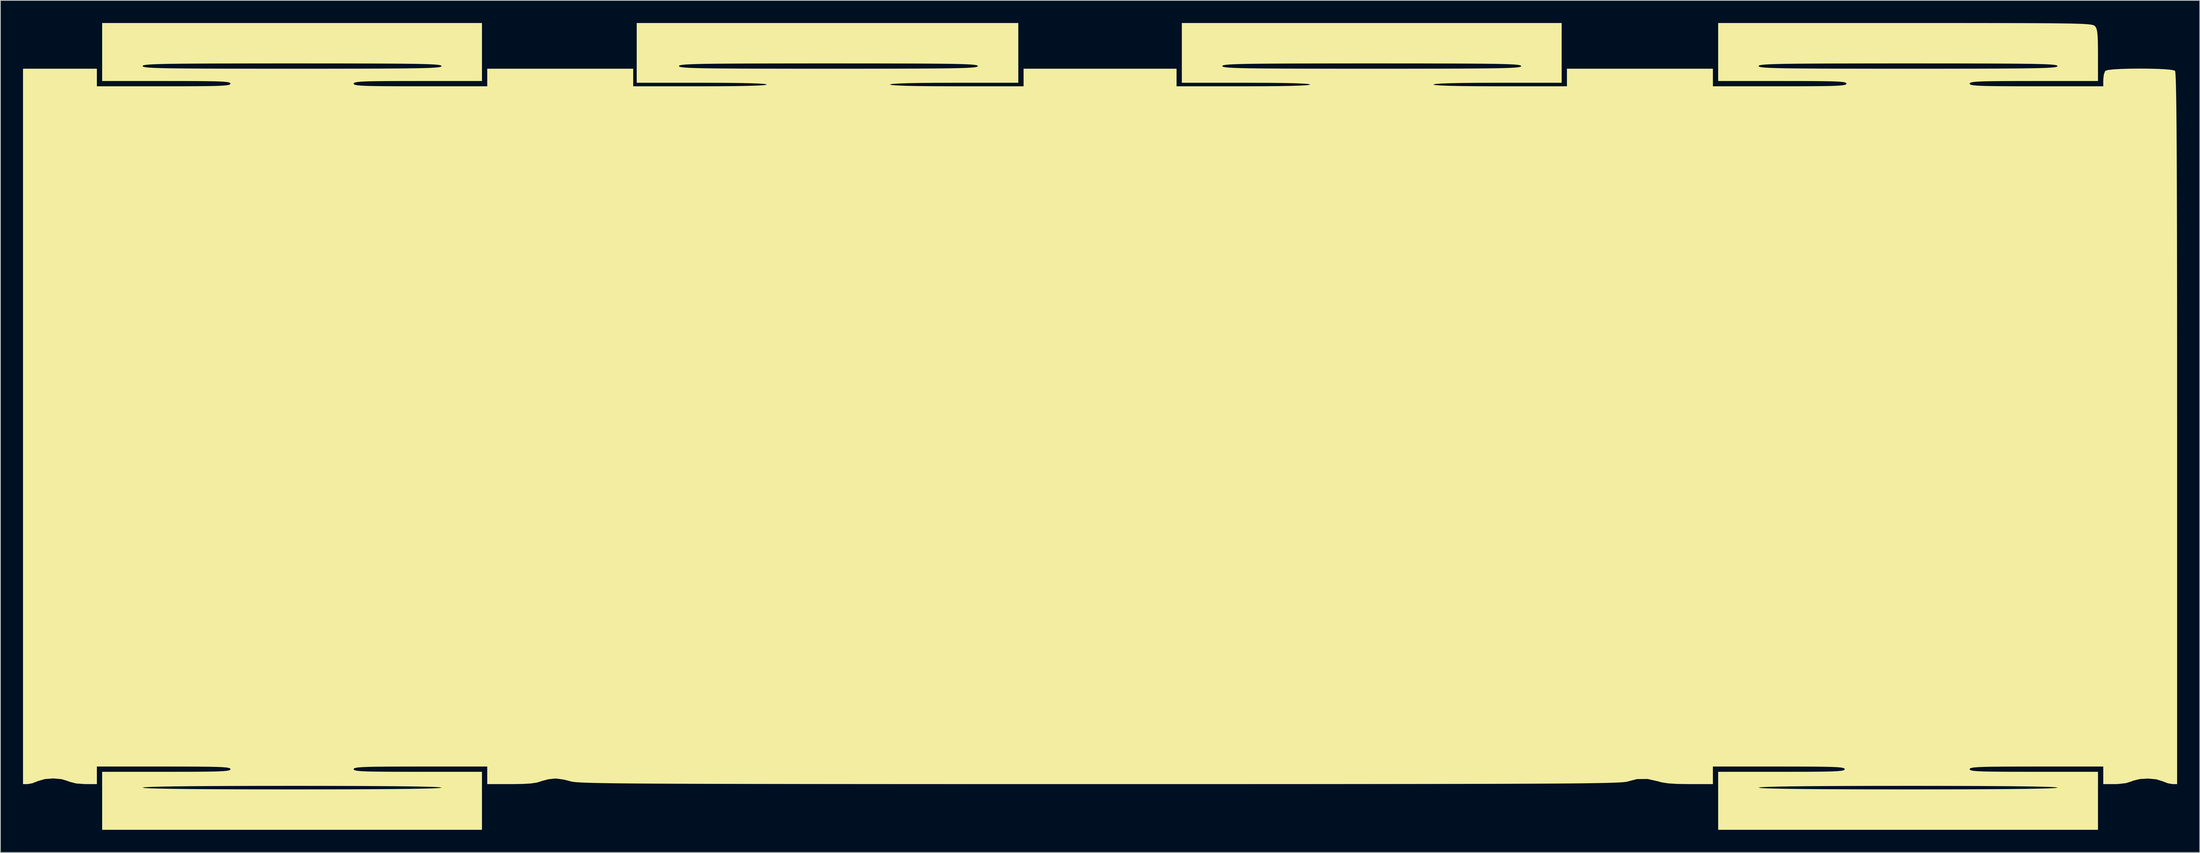
<source format=kicad_pcb>
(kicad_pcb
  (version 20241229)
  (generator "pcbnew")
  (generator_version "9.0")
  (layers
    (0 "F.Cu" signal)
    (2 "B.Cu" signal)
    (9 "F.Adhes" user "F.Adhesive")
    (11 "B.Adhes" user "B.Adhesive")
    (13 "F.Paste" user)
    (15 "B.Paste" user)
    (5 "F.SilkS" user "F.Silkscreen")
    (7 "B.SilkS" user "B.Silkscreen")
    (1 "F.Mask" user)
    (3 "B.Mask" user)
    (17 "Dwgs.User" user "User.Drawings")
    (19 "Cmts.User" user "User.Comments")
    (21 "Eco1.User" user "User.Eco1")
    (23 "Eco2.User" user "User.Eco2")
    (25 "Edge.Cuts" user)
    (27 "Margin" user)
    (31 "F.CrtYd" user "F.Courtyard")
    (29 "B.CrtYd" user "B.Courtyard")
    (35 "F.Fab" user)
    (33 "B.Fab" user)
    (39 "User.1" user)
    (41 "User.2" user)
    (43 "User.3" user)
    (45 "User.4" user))
  (footprint "outline_no_corner"
    (layer "F.Cu")
    (at 142.613 53.363)
    (property "Reference" "outline_no_corner" (at 0 0 0) (layer "F.SilkS") (effects (font (size 1.524 1.524) (thickness 0.3))))
    (attr board_only exclude_from_pos_files exclude_from_bom)
    (fp_poly (pts (xy -81.793 -45.673) (xy -90.298 -45.673) (xy -92.538 -45.671) (xy -94.355 -45.664) (xy -95.791 -45.65) (xy -96.888 -45.628) (xy -97.691 -45.595) (xy -98.241 -45.55) (xy -98.582 -45.491) (xy -98.755 -45.417) (xy -98.804 -45.325) (xy -98.804 -45.324) (xy -98.756 -45.233) (xy -98.586 -45.16) (xy -98.252 -45.101) (xy -97.711 -45.056) (xy -96.922 -45.023) (xy -95.843 -45) (xy -94.432 -44.985) (xy -92.647 -44.977) (xy -90.446 -44.974) (xy -89.949 -44.974) (xy -81.094 -44.974) (xy -81.094 -47.305) (xy -61.752 -47.305) (xy -61.752 -44.974) (xy -52.897 -44.974) (xy -50.371 -44.98) (xy -48.252 -44.998) (xy -46.551 -45.028) (xy -45.279 -45.069) (xy -44.447 -45.122) (xy -44.067 -45.185) (xy -44.042 -45.207) (xy -44.273 -45.275) (xy -44.959 -45.331) (xy -46.087 -45.376) (xy -47.647 -45.409) (xy -49.627 -45.431) (xy -52.016 -45.44) (xy -52.664 -45.44) (xy -61.286 -45.44) (xy -61.286 -47.654) (xy -55.694 -47.654) (xy -55.653 -47.592) (xy -55.51 -47.537) (xy -55.239 -47.49) (xy -54.811 -47.45) (xy -54.196 -47.415) (xy -53.368 -47.387) (xy -52.298 -47.363) (xy -50.958 -47.345) (xy -49.319 -47.33) (xy -47.354 -47.32) (xy -45.034 -47.312) (xy -42.33 -47.308) (xy -39.216 -47.305) (xy -35.886 -47.305) (xy -32.359 -47.305) (xy -29.27 -47.308) (xy -26.59 -47.313) (xy -24.292 -47.32) (xy -22.346 -47.331) (xy -20.726 -47.346) (xy -19.403 -47.365) (xy -18.348 -47.388) (xy -17.534 -47.417) (xy -16.931 -47.452) (xy -16.513 -47.493) (xy -16.25 -47.54) (xy -16.115 -47.595) (xy -16.079 -47.654) (xy -16.12 -47.716) (xy -16.262 -47.771) (xy -16.533 -47.818) (xy -16.962 -47.859) (xy -17.576 -47.893) (xy -18.404 -47.922) (xy -19.474 -47.945) (xy -20.814 -47.964) (xy -22.453 -47.978) (xy -24.418 -47.989) (xy -26.739 -47.996) (xy -29.442 -48.001) (xy -32.557 -48.003) (xy -35.886 -48.004) (xy -39.413 -48.003) (xy -42.503 -48) (xy -45.183 -47.996) (xy -47.481 -47.988) (xy -49.426 -47.977) (xy -51.046 -47.963) (xy -52.37 -47.944) (xy -53.424 -47.92) (xy -54.239 -47.891) (xy -54.841 -47.857) (xy -55.26 -47.816) (xy -55.522 -47.768) (xy -55.658 -47.713) (xy -55.694 -47.654) (xy -61.286 -47.654) (xy -61.286 -53.363) (xy -10.719 -53.363) (xy -10.719 -45.44) (xy -19.225 -45.44) (xy -21.692 -45.434) (xy -23.755 -45.415) (xy -25.4 -45.384) (xy -26.618 -45.342) (xy -27.395 -45.287) (xy -27.72 -45.222) (xy -27.73 -45.207) (xy -27.499 -45.141) (xy -26.813 -45.085) (xy -25.683 -45.04) (xy -24.121 -45.007) (xy -22.136 -44.985) (xy -19.741 -44.975) (xy -18.875 -44.974) (xy -10.02 -44.974) (xy -10.02 -47.305) (xy 10.253 -47.305) (xy 10.253 -44.974) (xy 19.108 -44.974) (xy 21.635 -44.98) (xy 23.754 -44.998) (xy 25.455 -45.028) (xy 26.727 -45.069) (xy 27.558 -45.122) (xy 27.939 -45.185) (xy 27.963 -45.207) (xy 27.732 -45.275) (xy 27.047 -45.331) (xy 25.919 -45.377) (xy 24.361 -45.41) (xy 22.383 -45.431) (xy 19.998 -45.44) (xy 19.458 -45.44) (xy 10.952 -45.44) (xy 10.952 -47.654) (xy 16.312 -47.654) (xy 16.353 -47.592) (xy 16.495 -47.537) (xy 16.766 -47.49) (xy 17.195 -47.45) (xy 17.809 -47.415) (xy 18.637 -47.387) (xy 19.707 -47.363) (xy 21.047 -47.345) (xy 22.686 -47.33) (xy 24.651 -47.32) (xy 26.972 -47.312) (xy 29.675 -47.308) (xy 32.79 -47.305) (xy 36.119 -47.305) (xy 39.646 -47.305) (xy 42.736 -47.308) (xy 45.416 -47.313) (xy 47.714 -47.32) (xy 49.659 -47.331) (xy 51.279 -47.346) (xy 52.603 -47.365) (xy 53.657 -47.388) (xy 54.472 -47.417) (xy 55.074 -47.452) (xy 55.493 -47.493) (xy 55.755 -47.54) (xy 55.891 -47.595) (xy 55.927 -47.654) (xy 55.886 -47.716) (xy 55.743 -47.771) (xy 55.472 -47.818) (xy 55.044 -47.859) (xy 54.429 -47.893) (xy 53.601 -47.922) (xy 52.531 -47.945) (xy 51.191 -47.964) (xy 49.552 -47.978) (xy 47.587 -47.989) (xy 45.267 -47.996) (xy 42.563 -48.001) (xy 39.449 -48.003) (xy 36.119 -48.004) (xy 32.592 -48.003) (xy 29.503 -48) (xy 26.823 -47.996) (xy 24.525 -47.988) (xy 22.579 -47.977) (xy 20.959 -47.963) (xy 19.636 -47.944) (xy 18.581 -47.92) (xy 17.767 -47.891) (xy 17.164 -47.857) (xy 16.746 -47.816) (xy 16.483 -47.768) (xy 16.348 -47.713) (xy 16.312 -47.654) (xy 10.952 -47.654) (xy 10.952 -53.363) (xy 61.286 -53.363) (xy 61.286 -45.44) (xy 52.781 -45.44) (xy 50.313 -45.434) (xy 48.251 -45.415) (xy 46.605 -45.384) (xy 45.388 -45.342) (xy 44.61 -45.287) (xy 44.285 -45.222) (xy 44.275 -45.207) (xy 44.506 -45.141) (xy 45.192 -45.085) (xy 46.322 -45.04) (xy 47.885 -45.007) (xy 49.869 -44.985) (xy 52.264 -44.975) (xy 53.13 -44.974) (xy 61.985 -44.974) (xy 61.985 -47.305) (xy 81.327 -47.305) (xy 81.327 -44.974) (xy 90.182 -44.974) (xy 92.471 -44.976) (xy 94.337 -44.983) (xy 95.82 -44.996) (xy 96.962 -45.017) (xy 97.806 -45.049) (xy 98.394 -45.091) (xy 98.767 -45.147) (xy 98.966 -45.217) (xy 99.035 -45.304) (xy 99.037 -45.324) (xy 98.989 -45.416) (xy 98.817 -45.491) (xy 98.479 -45.55) (xy 97.93 -45.595) (xy 97.13 -45.628) (xy 96.035 -45.65) (xy 94.603 -45.664) (xy 92.79 -45.671) (xy 90.554 -45.673) (xy 82.026 -45.673) (xy 82.026 -47.654) (xy 87.385 -47.654) (xy 87.426 -47.592) (xy 87.568 -47.537) (xy 87.84 -47.49) (xy 88.268 -47.45) (xy 88.882 -47.415) (xy 89.71 -47.387) (xy 90.78 -47.363) (xy 92.121 -47.345) (xy 93.759 -47.33) (xy 95.725 -47.32) (xy 98.045 -47.312) (xy 100.749 -47.308) (xy 103.863 -47.305) (xy 107.193 -47.305) (xy 110.72 -47.305) (xy 113.809 -47.308) (xy 116.489 -47.313) (xy 118.787 -47.32) (xy 120.732 -47.331) (xy 122.353 -47.346) (xy 123.676 -47.365) (xy 124.731 -47.388) (xy 125.545 -47.417) (xy 126.148 -47.452) (xy 126.566 -47.493) (xy 126.829 -47.54) (xy 126.964 -47.595) (xy 127 -47.654) (xy 126.959 -47.716) (xy 126.817 -47.771) (xy 126.546 -47.818) (xy 126.117 -47.859) (xy 125.503 -47.893) (xy 124.675 -47.922) (xy 123.605 -47.945) (xy 122.265 -47.964) (xy 120.626 -47.978) (xy 118.66 -47.989) (xy 116.34 -47.996) (xy 113.637 -48.001) (xy 110.522 -48.003) (xy 107.193 -48.004) (xy 103.665 -48.003) (xy 100.576 -48) (xy 97.896 -47.996) (xy 95.598 -47.988) (xy 93.653 -47.977) (xy 92.033 -47.963) (xy 90.709 -47.944) (xy 89.655 -47.92) (xy 88.84 -47.891) (xy 88.238 -47.857) (xy 87.819 -47.816) (xy 87.557 -47.768) (xy 87.421 -47.713) (xy 87.385 -47.654) (xy 82.026 -47.654) (xy 82.026 -53.363) (xy 106.807 -53.363) (xy 110.746 -53.363) (xy 114.246 -53.362) (xy 117.333 -53.36) (xy 120.033 -53.355) (xy 122.372 -53.349) (xy 124.378 -53.34) (xy 126.076 -53.328) (xy 127.494 -53.313) (xy 128.657 -53.294) (xy 129.591 -53.27) (xy 130.324 -53.241) (xy 130.882 -53.207) (xy 131.292 -53.167) (xy 131.578 -53.121) (xy 131.769 -53.069) (xy 131.891 -53.009) (xy 131.97 -52.942) (xy 131.974 -52.937) (xy 132.129 -52.696) (xy 132.237 -52.319) (xy 132.306 -51.732) (xy 132.344 -50.857) (xy 132.359 -49.619) (xy 132.36 -49.092) (xy 132.36 -45.673) (xy 123.854 -45.673) (xy 121.614 -45.671) (xy 119.798 -45.664) (xy 118.362 -45.65) (xy 117.264 -45.628) (xy 116.461 -45.595) (xy 115.911 -45.55) (xy 115.571 -45.491) (xy 115.397 -45.417) (xy 115.349 -45.325) (xy 115.349 -45.324) (xy 115.396 -45.233) (xy 115.566 -45.16) (xy 115.9 -45.101) (xy 116.441 -45.056) (xy 117.23 -45.023) (xy 118.309 -45) (xy 119.72 -44.985) (xy 121.505 -44.977) (xy 123.706 -44.974) (xy 124.204 -44.974) (xy 133.059 -44.974) (xy 133.059 -45.86) (xy 133.128 -46.512) (xy 133.3 -46.978) (xy 133.338 -47.025) (xy 133.672 -47.13) (xy 134.38 -47.212) (xy 135.37 -47.271) (xy 136.552 -47.307) (xy 137.833 -47.32) (xy 139.123 -47.311) (xy 140.33 -47.279) (xy 141.362 -47.224) (xy 142.128 -47.146) (xy 142.537 -47.046) (xy 142.566 -47.025) (xy 142.601 -46.89) (xy 142.632 -46.545) (xy 142.661 -45.976) (xy 142.688 -45.167) (xy 142.712 -44.105) (xy 142.734 -42.773) (xy 142.753 -41.157) (xy 142.771 -39.241) (xy 142.786 -37.011) (xy 142.799 -34.452) (xy 142.811 -31.548) (xy 142.821 -28.286) (xy 142.829 -24.649) (xy 142.835 -20.622) (xy 142.84 -16.192) (xy 142.843 -11.342) (xy 142.845 -6.058) (xy 142.846 -0.324) (xy 142.846 0.396) (xy 142.846 47.538) (xy 142.252 47.538) (xy 141.624 47.429) (xy 140.942 47.168) (xy 140.937 47.165) (xy 140.085 46.901) (xy 139.004 46.802) (xy 137.901 46.866) (xy 136.984 47.095) (xy 136.832 47.165) (xy 136.057 47.408) (xy 134.981 47.529) (xy 134.585 47.538) (xy 133.059 47.538) (xy 133.059 45.207) (xy 124.204 45.207) (xy 121.914 45.209) (xy 120.049 45.216) (xy 118.566 45.229) (xy 117.423 45.25) (xy 116.579 45.282) (xy 115.991 45.324) (xy 115.619 45.38) (xy 115.419 45.45) (xy 115.35 45.537) (xy 115.349 45.557) (xy 115.396 45.649) (xy 115.568 45.724) (xy 115.907 45.783) (xy 116.455 45.828) (xy 117.255 45.861) (xy 118.35 45.883) (xy 119.783 45.897) (xy 121.595 45.904) (xy 123.831 45.906) (xy 132.36 45.906) (xy 132.36 53.596) (xy 82.026 53.596) (xy 82.026 48.004) (xy 87.385 48.004) (xy 87.618 48.05) (xy 88.313 48.092) (xy 89.467 48.129) (xy 91.077 48.16) (xy 93.139 48.186) (xy 95.65 48.207) (xy 98.606 48.222) (xy 102.004 48.232) (xy 105.841 48.236) (xy 107.193 48.237) (xy 111.172 48.234) (xy 114.714 48.226) (xy 117.816 48.212) (xy 120.473 48.193) (xy 122.683 48.169) (xy 124.441 48.139) (xy 125.745 48.105) (xy 126.591 48.065) (xy 126.975 48.02) (xy 127 48.004) (xy 126.768 47.957) (xy 126.073 47.915) (xy 124.918 47.879) (xy 123.309 47.847) (xy 121.246 47.821) (xy 118.736 47.801) (xy 115.779 47.785) (xy 112.381 47.775) (xy 108.545 47.771) (xy 107.193 47.771) (xy 103.213 47.773) (xy 99.671 47.782) (xy 96.57 47.795) (xy 93.912 47.814) (xy 91.703 47.838) (xy 89.944 47.868) (xy 88.641 47.903) (xy 87.795 47.943) (xy 87.41 47.988) (xy 87.385 48.004) (xy 82.026 48.004) (xy 82.026 45.906) (xy 90.415 45.906) (xy 92.638 45.904) (xy 94.438 45.897) (xy 95.858 45.883) (xy 96.941 45.86) (xy 97.73 45.827) (xy 98.267 45.781) (xy 98.597 45.721) (xy 98.761 45.645) (xy 98.804 45.557) (xy 98.756 45.466) (xy 98.586 45.392) (xy 98.25 45.333) (xy 97.707 45.288) (xy 96.914 45.255) (xy 95.83 45.232) (xy 94.412 45.217) (xy 92.618 45.21) (xy 90.405 45.207) (xy 90.065 45.207) (xy 81.327 45.207) (xy 81.327 47.538) (xy 78.21 47.538) (xy 76.633 47.515) (xy 75.445 47.441) (xy 74.569 47.311) (xy 74.074 47.172) (xy 72.671 46.858) (xy 71.248 46.874) (xy 70.091 47.175) (xy 69.973 47.21) (xy 69.785 47.244) (xy 69.513 47.274) (xy 69.139 47.303) (xy 68.649 47.33) (xy 68.027 47.354) (xy 67.257 47.377) (xy 66.325 47.397) (xy 65.215 47.416) (xy 63.91 47.433) (xy 62.397 47.449) (xy 60.658 47.463) (xy 58.679 47.475) (xy 56.444 47.486) (xy 53.938 47.496) (xy 51.146 47.504) (xy 48.05 47.511) (xy 44.637 47.518) (xy 40.891 47.523) (xy 36.796 47.527) (xy 32.337 47.53) (xy 27.498 47.533) (xy 22.263 47.535) (xy 16.618 47.536) (xy 10.546 47.537) (xy 4.033 47.538) (xy 0.132 47.538) (xy -6.634 47.537) (xy -12.95 47.537) (xy -18.83 47.536) (xy -24.292 47.534) (xy -29.35 47.532) (xy -34.02 47.529) (xy -38.317 47.526) (xy -42.258 47.521) (xy -45.857 47.516) (xy -49.131 47.509) (xy -52.094 47.501) (xy -54.763 47.493) (xy -57.153 47.482) (xy -59.28 47.471) (xy -61.16 47.458) (xy -62.807 47.443) (xy -64.238 47.427) (xy -65.467 47.41) (xy -66.512 47.39) (xy -67.387 47.369) (xy -68.108 47.345) (xy -68.69 47.32) (xy -69.15 47.292) (xy -69.502 47.263) (xy -69.763 47.231) (xy -69.947 47.196) (xy -70.047 47.169) (xy -70.939 46.939) (xy -71.856 46.81) (xy -72.113 46.8) (xy -73 46.896) (xy -73.879 47.13) (xy -73.976 47.169) (xy -74.539 47.339) (xy -75.317 47.453) (xy -76.391 47.516) (xy -77.842 47.538) (xy -77.976 47.538) (xy -81.094 47.538) (xy -81.094 45.207) (xy -89.949 45.207) (xy -92.238 45.209) (xy -94.104 45.216) (xy -95.587 45.229) (xy -96.729 45.25) (xy -97.573 45.282) (xy -98.161 45.324) (xy -98.534 45.38) (xy -98.733 45.45) (xy -98.802 45.537) (xy -98.804 45.557) (xy -98.756 45.649) (xy -98.584 45.724) (xy -98.245 45.783) (xy -97.697 45.828) (xy -96.897 45.861) (xy -95.802 45.883) (xy -94.37 45.897) (xy -92.557 45.904) (xy -90.321 45.906) (xy -81.793 45.906) (xy -81.793 53.596) (xy -132.127 53.596) (xy -132.127 48.004) (xy -126.767 48.004) (xy -126.535 48.05) (xy -125.84 48.092) (xy -124.685 48.129) (xy -123.076 48.16) (xy -121.013 48.186) (xy -118.503 48.207) (xy -115.546 48.222) (xy -112.148 48.232) (xy -108.312 48.236) (xy -106.96 48.237) (xy -102.98 48.234) (xy -99.438 48.226) (xy -96.336 48.212) (xy -93.679 48.193) (xy -91.47 48.169) (xy -89.711 48.139) (xy -88.408 48.105) (xy -87.562 48.065) (xy -87.177 48.02) (xy -87.152 48.004) (xy -87.385 47.957) (xy -88.08 47.915) (xy -89.234 47.879) (xy -90.844 47.847) (xy -92.906 47.821) (xy -95.417 47.801) (xy -98.373 47.785) (xy -101.771 47.775) (xy -105.608 47.771) (xy -106.96 47.771) (xy -110.939 47.773) (xy -114.481 47.782) (xy -117.583 47.795) (xy -120.24 47.814) (xy -122.449 47.838) (xy -124.208 47.868) (xy -125.512 47.903) (xy -126.358 47.943) (xy -126.742 47.988) (xy -126.767 48.004) (xy -132.127 48.004) (xy -132.127 45.906) (xy -123.621 45.906) (xy -121.381 45.904) (xy -119.565 45.897) (xy -118.129 45.883) (xy -117.031 45.861) (xy -116.228 45.828) (xy -115.678 45.783) (xy -115.338 45.724) (xy -115.164 45.65) (xy -115.116 45.558) (xy -115.116 45.557) (xy -115.163 45.467) (xy -115.333 45.393) (xy -115.667 45.334) (xy -116.208 45.289) (xy -116.997 45.256) (xy -118.076 45.233) (xy -119.487 45.218) (xy -121.272 45.21) (xy -123.473 45.207) (xy -123.971 45.207) (xy -132.826 45.207) (xy -132.826 47.538) (xy -134.352 47.538) (xy -135.564 47.454) (xy -136.485 47.216) (xy -136.624 47.151) (xy -137.498 46.881) (xy -138.595 46.786) (xy -139.705 46.868) (xy -140.62 47.124) (xy -140.701 47.163) (xy -141.381 47.426) (xy -142.012 47.538) (xy -142.019 47.538) (xy -142.613 47.538) (xy -142.613 -47.305) (xy -132.826 -47.305) (xy -132.826 -44.974) (xy -123.971 -44.974) (xy -121.681 -44.976) (xy -119.816 -44.983) (xy -118.333 -44.996) (xy -117.19 -45.017) (xy -116.346 -45.049) (xy -115.758 -45.091) (xy -115.386 -45.147) (xy -115.186 -45.217) (xy -115.117 -45.304) (xy -115.116 -45.324) (xy -115.163 -45.416) (xy -115.335 -45.491) (xy -115.674 -45.55) (xy -116.222 -45.595) (xy -117.022 -45.628) (xy -118.117 -45.65) (xy -119.55 -45.664) (xy -121.362 -45.671) (xy -123.598 -45.673) (xy -132.127 -45.673) (xy -132.127 -47.654) (xy -126.767 -47.654) (xy -126.726 -47.592) (xy -126.584 -47.537) (xy -126.313 -47.49) (xy -125.884 -47.45) (xy -125.27 -47.415) (xy -124.442 -47.387) (xy -123.372 -47.363) (xy -122.032 -47.345) (xy -120.393 -47.33) (xy -118.427 -47.32) (xy -116.107 -47.312) (xy -113.404 -47.308) (xy -110.289 -47.305) (xy -106.96 -47.305) (xy -103.432 -47.305) (xy -100.343 -47.308) (xy -97.663 -47.313) (xy -95.365 -47.32) (xy -93.42 -47.331) (xy -91.8 -47.346) (xy -90.476 -47.365) (xy -89.422 -47.388) (xy -88.607 -47.417) (xy -88.005 -47.452) (xy -87.586 -47.493) (xy -87.324 -47.54) (xy -87.188 -47.595) (xy -87.152 -47.654) (xy -87.193 -47.716) (xy -87.335 -47.771) (xy -87.607 -47.818) (xy -88.035 -47.859) (xy -88.649 -47.893) (xy -89.477 -47.922) (xy -90.547 -47.945) (xy -91.888 -47.964) (xy -93.526 -47.978) (xy -95.492 -47.989) (xy -97.812 -47.996) (xy -100.515 -48.001) (xy -103.63 -48.003) (xy -106.96 -48.004) (xy -110.487 -48.003) (xy -113.576 -48) (xy -116.256 -47.996) (xy -118.554 -47.988) (xy -120.499 -47.977) (xy -122.12 -47.963) (xy -123.443 -47.944) (xy -124.498 -47.92) (xy -125.312 -47.891) (xy -125.915 -47.857) (xy -126.333 -47.816) (xy -126.596 -47.768) (xy -126.731 -47.713) (xy -126.767 -47.654) (xy -132.127 -47.654) (xy -132.127 -53.363) (xy -81.793 -53.363)) (stroke (width 0) (type solid)) (fill yes) (layer "F.SilkS")))
  (gr_rect
    (start -3 -3)
    (end 288.459 109.96)
    (stroke (width 0.1) (type default))
    (fill no)
    (layer "Edge.Cuts")))
</source>
